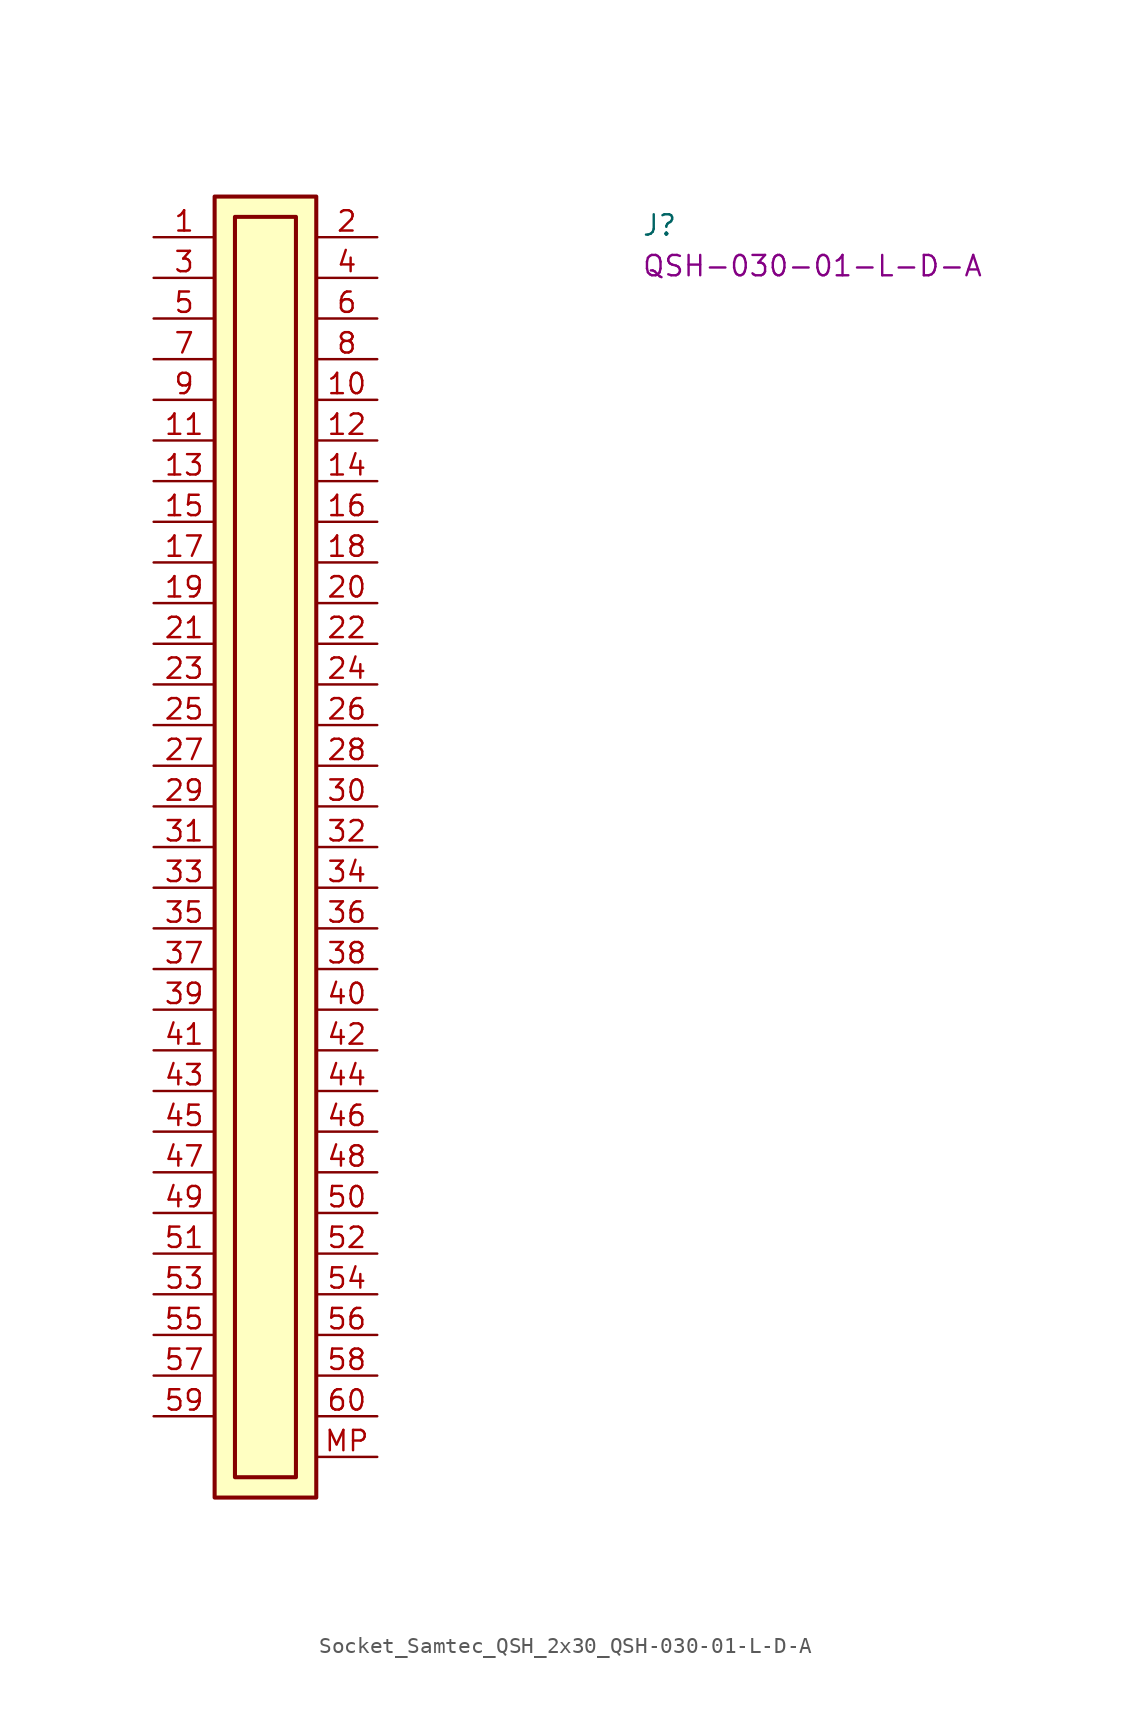
<source format=kicad_sym>
(kicad_symbol_lib
  (version 20220914)
  (generator kicad_symbol_editor)
  (symbol "Socket_Samtec_QSH_2x30_QSH-030-01-L-D-A"
    (pin_names hide)
    (property "Reference" "J"
      (at 30.48 0 0)
      (effects (font (size 1.27 1.27) (thickness 0.15)) (justify left bottom)))
    (property "MPN" "QSH-030-01-L-D-A"
      (at 30.48 -2.54 0)
      (effects (font (size 1.27 1.27) (thickness 0.15)) (justify left bottom)))
    (symbol "Socket_Samtec_QSH_2x30_QSH-030-01-L-D-A_1_1"
      (rectangle (start 3.81 2.54) (end 10.16 -78.74) (stroke (width 0.254) (type default)) (fill (type background)))
      (rectangle (start 5.08 1.27) (end 8.89 -77.47) (stroke (width 0.254) (type default)) (fill (type background)))
      (pin passive line (at 0 0 0) (length 3.81) (name "~" (effects (font (size 1.27 1.27)))) (number "1" (effects (font (size 1.27 1.27)))))
      (pin passive line (at 13.97 -10.16 180) (length 3.81) (name "~" (effects (font (size 1.27 1.27)))) (number "10" (effects (font (size 1.27 1.27)))))
      (pin passive line (at 0 -12.7 0) (length 3.81) (name "~" (effects (font (size 1.27 1.27)))) (number "11" (effects (font (size 1.27 1.27)))))
      (pin passive line (at 13.97 -12.7 180) (length 3.81) (name "~" (effects (font (size 1.27 1.27)))) (number "12" (effects (font (size 1.27 1.27)))))
      (pin passive line (at 0 -15.24 0) (length 3.81) (name "~" (effects (font (size 1.27 1.27)))) (number "13" (effects (font (size 1.27 1.27)))))
      (pin passive line (at 13.97 -15.24 180) (length 3.81) (name "~" (effects (font (size 1.27 1.27)))) (number "14" (effects (font (size 1.27 1.27)))))
      (pin passive line (at 0 -17.78 0) (length 3.81) (name "~" (effects (font (size 1.27 1.27)))) (number "15" (effects (font (size 1.27 1.27)))))
      (pin passive line (at 13.97 -17.78 180) (length 3.81) (name "~" (effects (font (size 1.27 1.27)))) (number "16" (effects (font (size 1.27 1.27)))))
      (pin passive line (at 0 -20.32 0) (length 3.81) (name "~" (effects (font (size 1.27 1.27)))) (number "17" (effects (font (size 1.27 1.27)))))
      (pin passive line (at 13.97 -20.32 180) (length 3.81) (name "~" (effects (font (size 1.27 1.27)))) (number "18" (effects (font (size 1.27 1.27)))))
      (pin passive line (at 0 -22.86 0) (length 3.81) (name "~" (effects (font (size 1.27 1.27)))) (number "19" (effects (font (size 1.27 1.27)))))
      (pin passive line (at 13.97 0 180) (length 3.81) (name "~" (effects (font (size 1.27 1.27)))) (number "2" (effects (font (size 1.27 1.27)))))
      (pin passive line (at 13.97 -22.86 180) (length 3.81) (name "~" (effects (font (size 1.27 1.27)))) (number "20" (effects (font (size 1.27 1.27)))))
      (pin passive line (at 0 -25.4 0) (length 3.81) (name "~" (effects (font (size 1.27 1.27)))) (number "21" (effects (font (size 1.27 1.27)))))
      (pin passive line (at 13.97 -25.4 180) (length 3.81) (name "~" (effects (font (size 1.27 1.27)))) (number "22" (effects (font (size 1.27 1.27)))))
      (pin passive line (at 0 -27.94 0) (length 3.81) (name "~" (effects (font (size 1.27 1.27)))) (number "23" (effects (font (size 1.27 1.27)))))
      (pin passive line (at 13.97 -27.94 180) (length 3.81) (name "~" (effects (font (size 1.27 1.27)))) (number "24" (effects (font (size 1.27 1.27)))))
      (pin passive line (at 0 -30.48 0) (length 3.81) (name "~" (effects (font (size 1.27 1.27)))) (number "25" (effects (font (size 1.27 1.27)))))
      (pin passive line (at 13.97 -30.48 180) (length 3.81) (name "~" (effects (font (size 1.27 1.27)))) (number "26" (effects (font (size 1.27 1.27)))))
      (pin passive line (at 0 -33.02 0) (length 3.81) (name "~" (effects (font (size 1.27 1.27)))) (number "27" (effects (font (size 1.27 1.27)))))
      (pin passive line (at 13.97 -33.02 180) (length 3.81) (name "~" (effects (font (size 1.27 1.27)))) (number "28" (effects (font (size 1.27 1.27)))))
      (pin passive line (at 0 -35.56 0) (length 3.81) (name "~" (effects (font (size 1.27 1.27)))) (number "29" (effects (font (size 1.27 1.27)))))
      (pin passive line (at 0 -2.54 0) (length 3.81) (name "~" (effects (font (size 1.27 1.27)))) (number "3" (effects (font (size 1.27 1.27)))))
      (pin passive line (at 13.97 -35.56 180) (length 3.81) (name "~" (effects (font (size 1.27 1.27)))) (number "30" (effects (font (size 1.27 1.27)))))
      (pin passive line (at 0 -38.1 0) (length 3.81) (name "~" (effects (font (size 1.27 1.27)))) (number "31" (effects (font (size 1.27 1.27)))))
      (pin passive line (at 13.97 -38.1 180) (length 3.81) (name "~" (effects (font (size 1.27 1.27)))) (number "32" (effects (font (size 1.27 1.27)))))
      (pin passive line (at 0 -40.64 0) (length 3.81) (name "~" (effects (font (size 1.27 1.27)))) (number "33" (effects (font (size 1.27 1.27)))))
      (pin passive line (at 13.97 -40.64 180) (length 3.81) (name "~" (effects (font (size 1.27 1.27)))) (number "34" (effects (font (size 1.27 1.27)))))
      (pin passive line (at 0 -43.18 0) (length 3.81) (name "~" (effects (font (size 1.27 1.27)))) (number "35" (effects (font (size 1.27 1.27)))))
      (pin passive line (at 13.97 -43.18 180) (length 3.81) (name "~" (effects (font (size 1.27 1.27)))) (number "36" (effects (font (size 1.27 1.27)))))
      (pin passive line (at 0 -45.72 0) (length 3.81) (name "~" (effects (font (size 1.27 1.27)))) (number "37" (effects (font (size 1.27 1.27)))))
      (pin passive line (at 13.97 -45.72 180) (length 3.81) (name "~" (effects (font (size 1.27 1.27)))) (number "38" (effects (font (size 1.27 1.27)))))
      (pin passive line (at 0 -48.26 0) (length 3.81) (name "~" (effects (font (size 1.27 1.27)))) (number "39" (effects (font (size 1.27 1.27)))))
      (pin passive line (at 13.97 -2.54 180) (length 3.81) (name "~" (effects (font (size 1.27 1.27)))) (number "4" (effects (font (size 1.27 1.27)))))
      (pin passive line (at 13.97 -48.26 180) (length 3.81) (name "~" (effects (font (size 1.27 1.27)))) (number "40" (effects (font (size 1.27 1.27)))))
      (pin passive line (at 0 -50.8 0) (length 3.81) (name "~" (effects (font (size 1.27 1.27)))) (number "41" (effects (font (size 1.27 1.27)))))
      (pin passive line (at 13.97 -50.8 180) (length 3.81) (name "~" (effects (font (size 1.27 1.27)))) (number "42" (effects (font (size 1.27 1.27)))))
      (pin passive line (at 0 -53.34 0) (length 3.81) (name "~" (effects (font (size 1.27 1.27)))) (number "43" (effects (font (size 1.27 1.27)))))
      (pin passive line (at 13.97 -53.34 180) (length 3.81) (name "~" (effects (font (size 1.27 1.27)))) (number "44" (effects (font (size 1.27 1.27)))))
      (pin passive line (at 0 -55.88 0) (length 3.81) (name "~" (effects (font (size 1.27 1.27)))) (number "45" (effects (font (size 1.27 1.27)))))
      (pin passive line (at 13.97 -55.88 180) (length 3.81) (name "~" (effects (font (size 1.27 1.27)))) (number "46" (effects (font (size 1.27 1.27)))))
      (pin passive line (at 0 -58.42 0) (length 3.81) (name "~" (effects (font (size 1.27 1.27)))) (number "47" (effects (font (size 1.27 1.27)))))
      (pin passive line (at 13.97 -58.42 180) (length 3.81) (name "~" (effects (font (size 1.27 1.27)))) (number "48" (effects (font (size 1.27 1.27)))))
      (pin passive line (at 0 -60.96 0) (length 3.81) (name "~" (effects (font (size 1.27 1.27)))) (number "49" (effects (font (size 1.27 1.27)))))
      (pin passive line (at 0 -5.08 0) (length 3.81) (name "~" (effects (font (size 1.27 1.27)))) (number "5" (effects (font (size 1.27 1.27)))))
      (pin passive line (at 13.97 -60.96 180) (length 3.81) (name "~" (effects (font (size 1.27 1.27)))) (number "50" (effects (font (size 1.27 1.27)))))
      (pin passive line (at 0 -63.5 0) (length 3.81) (name "~" (effects (font (size 1.27 1.27)))) (number "51" (effects (font (size 1.27 1.27)))))
      (pin passive line (at 13.97 -63.5 180) (length 3.81) (name "~" (effects (font (size 1.27 1.27)))) (number "52" (effects (font (size 1.27 1.27)))))
      (pin passive line (at 0 -66.04 0) (length 3.81) (name "~" (effects (font (size 1.27 1.27)))) (number "53" (effects (font (size 1.27 1.27)))))
      (pin passive line (at 13.97 -66.04 180) (length 3.81) (name "~" (effects (font (size 1.27 1.27)))) (number "54" (effects (font (size 1.27 1.27)))))
      (pin passive line (at 0 -68.58 0) (length 3.81) (name "~" (effects (font (size 1.27 1.27)))) (number "55" (effects (font (size 1.27 1.27)))))
      (pin passive line (at 13.97 -68.58 180) (length 3.81) (name "~" (effects (font (size 1.27 1.27)))) (number "56" (effects (font (size 1.27 1.27)))))
      (pin passive line (at 0 -71.12 0) (length 3.81) (name "~" (effects (font (size 1.27 1.27)))) (number "57" (effects (font (size 1.27 1.27)))))
      (pin passive line (at 13.97 -71.12 180) (length 3.81) (name "~" (effects (font (size 1.27 1.27)))) (number "58" (effects (font (size 1.27 1.27)))))
      (pin passive line (at 0 -73.66 0) (length 3.81) (name "~" (effects (font (size 1.27 1.27)))) (number "59" (effects (font (size 1.27 1.27)))))
      (pin passive line (at 13.97 -5.08 180) (length 3.81) (name "~" (effects (font (size 1.27 1.27)))) (number "6" (effects (font (size 1.27 1.27)))))
      (pin passive line (at 13.97 -73.66 180) (length 3.81) (name "~" (effects (font (size 1.27 1.27)))) (number "60" (effects (font (size 1.27 1.27)))))
      (pin passive line (at 0 -7.62 0) (length 3.81) (name "~" (effects (font (size 1.27 1.27)))) (number "7" (effects (font (size 1.27 1.27)))))
      (pin passive line (at 13.97 -7.62 180) (length 3.81) (name "~" (effects (font (size 1.27 1.27)))) (number "8" (effects (font (size 1.27 1.27)))))
      (pin passive line (at 0 -10.16 0) (length 3.81) (name "~" (effects (font (size 1.27 1.27)))) (number "9" (effects (font (size 1.27 1.27)))))
      (pin passive line (at 13.97 -76.2 180) (length 3.81) (name "MP" (effects (font (size 1.27 1.27)))) (number "MP" (effects (font (size 1.27 1.27))))))))
</source>
